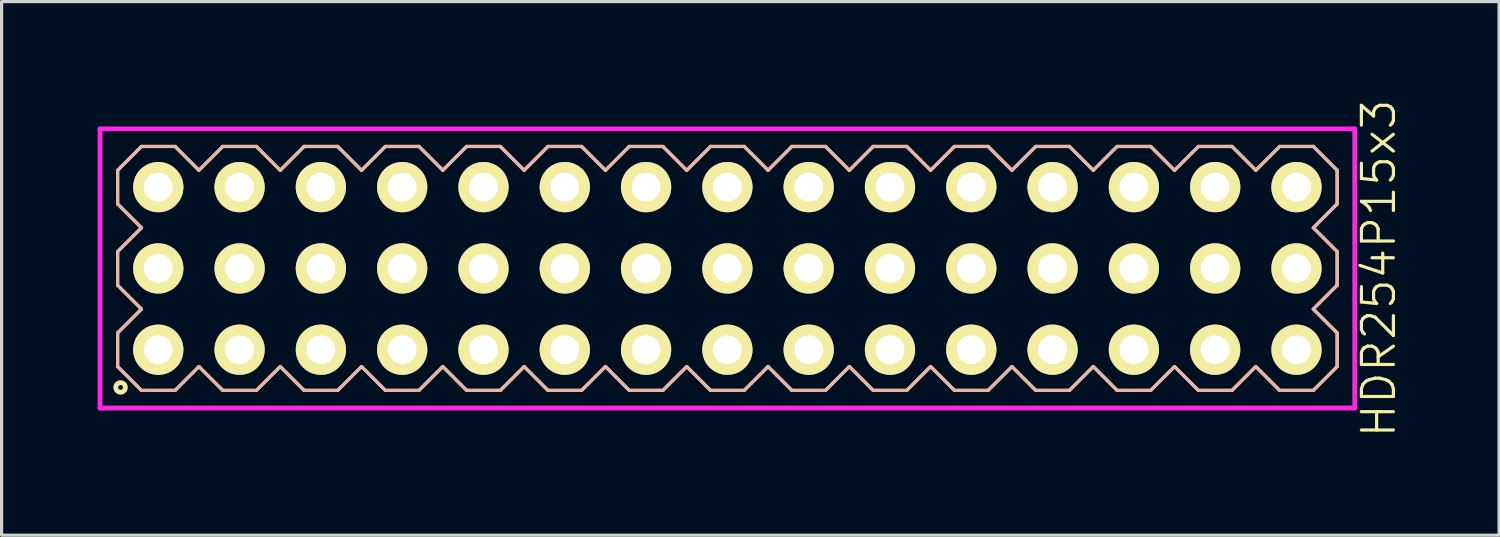
<source format=kicad_pcb>
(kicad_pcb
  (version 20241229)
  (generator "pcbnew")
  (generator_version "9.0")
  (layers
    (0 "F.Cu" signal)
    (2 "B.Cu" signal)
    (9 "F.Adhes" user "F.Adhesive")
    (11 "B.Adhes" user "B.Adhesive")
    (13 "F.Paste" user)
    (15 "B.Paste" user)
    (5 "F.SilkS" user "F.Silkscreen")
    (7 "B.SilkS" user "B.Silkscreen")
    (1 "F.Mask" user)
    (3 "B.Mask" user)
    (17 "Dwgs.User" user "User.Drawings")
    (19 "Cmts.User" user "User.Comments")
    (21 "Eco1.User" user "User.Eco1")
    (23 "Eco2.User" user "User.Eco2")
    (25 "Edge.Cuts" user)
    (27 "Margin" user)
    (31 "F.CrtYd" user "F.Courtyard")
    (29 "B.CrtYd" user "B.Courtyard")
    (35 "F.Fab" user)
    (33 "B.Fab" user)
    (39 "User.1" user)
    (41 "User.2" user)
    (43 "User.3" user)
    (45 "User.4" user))
  (footprint "HDR254P15x3"
    (layer "F.Cu")
    (at 19.675 5.336)
    (property "Reference" "HDR254P15x3" (at 20.35 0 90) (layer "F.SilkS") (effects (font (size 1 1) (thickness 0.1))))
    (attr through_hole)
    (fp_line (start -19.05 -3.066) (end -18.306 -3.81) (stroke (width 0.1) (type solid)) (layer "F.SilkS"))
    (fp_line (start -19.05 -2.014) (end -19.05 -3.066) (stroke (width 0.1) (type solid)) (layer "F.SilkS"))
    (fp_line (start -19.05 -0.526) (end -18.306 -1.27) (stroke (width 0.1) (type solid)) (layer "F.SilkS"))
    (fp_line (start -19.05 0.526) (end -19.05 -0.526) (stroke (width 0.1) (type solid)) (layer "F.SilkS"))
    (fp_line (start -19.05 2.014) (end -18.306 1.27) (stroke (width 0.1) (type solid)) (layer "F.SilkS"))
    (fp_line (start -19.05 3.066) (end -19.05 2.014) (stroke (width 0.1) (type solid)) (layer "F.SilkS"))
    (fp_line (start -18.306 -3.81) (end -17.254 -3.81) (stroke (width 0.1) (type solid)) (layer "F.SilkS"))
    (fp_line (start -18.306 -1.27) (end -19.05 -2.014) (stroke (width 0.1) (type solid)) (layer "F.SilkS"))
    (fp_line (start -18.306 1.27) (end -19.05 0.526) (stroke (width 0.1) (type solid)) (layer "F.SilkS"))
    (fp_line (start -18.306 3.81) (end -19.05 3.066) (stroke (width 0.1) (type solid)) (layer "F.SilkS"))
    (fp_line (start -17.254 -3.81) (end -16.51 -3.066) (stroke (width 0.1) (type solid)) (layer "F.SilkS"))
    (fp_line (start -17.254 3.81) (end -18.306 3.81) (stroke (width 0.1) (type solid)) (layer "F.SilkS"))
    (fp_line (start -16.51 -3.066) (end -15.766 -3.81) (stroke (width 0.1) (type solid)) (layer "F.SilkS"))
    (fp_line (start -16.51 3.066) (end -17.254 3.81) (stroke (width 0.1) (type solid)) (layer "F.SilkS"))
    (fp_line (start -15.766 -3.81) (end -14.714 -3.81) (stroke (width 0.1) (type solid)) (layer "F.SilkS"))
    (fp_line (start -15.766 3.81) (end -16.51 3.066) (stroke (width 0.1) (type solid)) (layer "F.SilkS"))
    (fp_line (start -14.714 -3.81) (end -13.97 -3.066) (stroke (width 0.1) (type solid)) (layer "F.SilkS"))
    (fp_line (start -14.714 3.81) (end -15.766 3.81) (stroke (width 0.1) (type solid)) (layer "F.SilkS"))
    (fp_line (start -13.97 -3.066) (end -13.226 -3.81) (stroke (width 0.1) (type solid)) (layer "F.SilkS"))
    (fp_line (start -13.97 3.066) (end -14.714 3.81) (stroke (width 0.1) (type solid)) (layer "F.SilkS"))
    (fp_line (start -13.226 -3.81) (end -12.174 -3.81) (stroke (width 0.1) (type solid)) (layer "F.SilkS"))
    (fp_line (start -13.226 3.81) (end -13.97 3.066) (stroke (width 0.1) (type solid)) (layer "F.SilkS"))
    (fp_line (start -12.174 -3.81) (end -11.43 -3.066) (stroke (width 0.1) (type solid)) (layer "F.SilkS"))
    (fp_line (start -12.174 3.81) (end -13.226 3.81) (stroke (width 0.1) (type solid)) (layer "F.SilkS"))
    (fp_line (start -11.43 -3.066) (end -10.686 -3.81) (stroke (width 0.1) (type solid)) (layer "F.SilkS"))
    (fp_line (start -11.43 3.066) (end -12.174 3.81) (stroke (width 0.1) (type solid)) (layer "F.SilkS"))
    (fp_line (start -10.686 -3.81) (end -9.634 -3.81) (stroke (width 0.1) (type solid)) (layer "F.SilkS"))
    (fp_line (start -10.686 3.81) (end -11.43 3.066) (stroke (width 0.1) (type solid)) (layer "F.SilkS"))
    (fp_line (start -9.634 -3.81) (end -8.89 -3.066) (stroke (width 0.1) (type solid)) (layer "F.SilkS"))
    (fp_line (start -9.634 3.81) (end -10.686 3.81) (stroke (width 0.1) (type solid)) (layer "F.SilkS"))
    (fp_line (start -8.89 -3.066) (end -8.146 -3.81) (stroke (width 0.1) (type solid)) (layer "F.SilkS"))
    (fp_line (start -8.89 3.066) (end -9.634 3.81) (stroke (width 0.1) (type solid)) (layer "F.SilkS"))
    (fp_line (start -8.146 -3.81) (end -7.094 -3.81) (stroke (width 0.1) (type solid)) (layer "F.SilkS"))
    (fp_line (start -8.146 3.81) (end -8.89 3.066) (stroke (width 0.1) (type solid)) (layer "F.SilkS"))
    (fp_line (start -7.094 -3.81) (end -6.35 -3.066) (stroke (width 0.1) (type solid)) (layer "F.SilkS"))
    (fp_line (start -7.094 3.81) (end -8.146 3.81) (stroke (width 0.1) (type solid)) (layer "F.SilkS"))
    (fp_line (start -6.35 -3.066) (end -5.606 -3.81) (stroke (width 0.1) (type solid)) (layer "F.SilkS"))
    (fp_line (start -6.35 3.066) (end -7.094 3.81) (stroke (width 0.1) (type solid)) (layer "F.SilkS"))
    (fp_line (start -5.606 -3.81) (end -4.554 -3.81) (stroke (width 0.1) (type solid)) (layer "F.SilkS"))
    (fp_line (start -5.606 3.81) (end -6.35 3.066) (stroke (width 0.1) (type solid)) (layer "F.SilkS"))
    (fp_line (start -4.554 -3.81) (end -3.81 -3.066) (stroke (width 0.1) (type solid)) (layer "F.SilkS"))
    (fp_line (start -4.554 3.81) (end -5.606 3.81) (stroke (width 0.1) (type solid)) (layer "F.SilkS"))
    (fp_line (start -3.81 -3.066) (end -3.066 -3.81) (stroke (width 0.1) (type solid)) (layer "F.SilkS"))
    (fp_line (start -3.81 3.066) (end -4.554 3.81) (stroke (width 0.1) (type solid)) (layer "F.SilkS"))
    (fp_line (start -3.066 -3.81) (end -2.014 -3.81) (stroke (width 0.1) (type solid)) (layer "F.SilkS"))
    (fp_line (start -3.066 3.81) (end -3.81 3.066) (stroke (width 0.1) (type solid)) (layer "F.SilkS"))
    (fp_line (start -2.014 -3.81) (end -1.27 -3.066) (stroke (width 0.1) (type solid)) (layer "F.SilkS"))
    (fp_line (start -2.014 3.81) (end -3.066 3.81) (stroke (width 0.1) (type solid)) (layer "F.SilkS"))
    (fp_line (start -1.27 -3.066) (end -0.526 -3.81) (stroke (width 0.1) (type solid)) (layer "F.SilkS"))
    (fp_line (start -1.27 3.066) (end -2.014 3.81) (stroke (width 0.1) (type solid)) (layer "F.SilkS"))
    (fp_line (start -0.526 -3.81) (end 0.526 -3.81) (stroke (width 0.1) (type solid)) (layer "F.SilkS"))
    (fp_line (start -0.526 3.81) (end -1.27 3.066) (stroke (width 0.1) (type solid)) (layer "F.SilkS"))
    (fp_line (start 0.526 -3.81) (end 1.27 -3.066) (stroke (width 0.1) (type solid)) (layer "F.SilkS"))
    (fp_line (start 0.526 3.81) (end -0.526 3.81) (stroke (width 0.1) (type solid)) (layer "F.SilkS"))
    (fp_line (start 1.27 -3.066) (end 2.014 -3.81) (stroke (width 0.1) (type solid)) (layer "F.SilkS"))
    (fp_line (start 1.27 3.066) (end 0.526 3.81) (stroke (width 0.1) (type solid)) (layer "F.SilkS"))
    (fp_line (start 2.014 -3.81) (end 3.066 -3.81) (stroke (width 0.1) (type solid)) (layer "F.SilkS"))
    (fp_line (start 2.014 3.81) (end 1.27 3.066) (stroke (width 0.1) (type solid)) (layer "F.SilkS"))
    (fp_line (start 3.066 -3.81) (end 3.81 -3.066) (stroke (width 0.1) (type solid)) (layer "F.SilkS"))
    (fp_line (start 3.066 3.81) (end 2.014 3.81) (stroke (width 0.1) (type solid)) (layer "F.SilkS"))
    (fp_line (start 3.81 -3.066) (end 4.554 -3.81) (stroke (width 0.1) (type solid)) (layer "F.SilkS"))
    (fp_line (start 3.81 3.066) (end 3.066 3.81) (stroke (width 0.1) (type solid)) (layer "F.SilkS"))
    (fp_line (start 4.554 -3.81) (end 5.606 -3.81) (stroke (width 0.1) (type solid)) (layer "F.SilkS"))
    (fp_line (start 4.554 3.81) (end 3.81 3.066) (stroke (width 0.1) (type solid)) (layer "F.SilkS"))
    (fp_line (start 5.606 -3.81) (end 6.35 -3.066) (stroke (width 0.1) (type solid)) (layer "F.SilkS"))
    (fp_line (start 5.606 3.81) (end 4.554 3.81) (stroke (width 0.1) (type solid)) (layer "F.SilkS"))
    (fp_line (start 6.35 -3.066) (end 7.094 -3.81) (stroke (width 0.1) (type solid)) (layer "F.SilkS"))
    (fp_line (start 6.35 3.066) (end 5.606 3.81) (stroke (width 0.1) (type solid)) (layer "F.SilkS"))
    (fp_line (start 7.094 -3.81) (end 8.146 -3.81) (stroke (width 0.1) (type solid)) (layer "F.SilkS"))
    (fp_line (start 7.094 3.81) (end 6.35 3.066) (stroke (width 0.1) (type solid)) (layer "F.SilkS"))
    (fp_line (start 8.146 -3.81) (end 8.89 -3.066) (stroke (width 0.1) (type solid)) (layer "F.SilkS"))
    (fp_line (start 8.146 3.81) (end 7.094 3.81) (stroke (width 0.1) (type solid)) (layer "F.SilkS"))
    (fp_line (start 8.89 -3.066) (end 9.634 -3.81) (stroke (width 0.1) (type solid)) (layer "F.SilkS"))
    (fp_line (start 8.89 3.066) (end 8.146 3.81) (stroke (width 0.1) (type solid)) (layer "F.SilkS"))
    (fp_line (start 9.634 -3.81) (end 10.686 -3.81) (stroke (width 0.1) (type solid)) (layer "F.SilkS"))
    (fp_line (start 9.634 3.81) (end 8.89 3.066) (stroke (width 0.1) (type solid)) (layer "F.SilkS"))
    (fp_line (start 10.686 -3.81) (end 11.43 -3.066) (stroke (width 0.1) (type solid)) (layer "F.SilkS"))
    (fp_line (start 10.686 3.81) (end 9.634 3.81) (stroke (width 0.1) (type solid)) (layer "F.SilkS"))
    (fp_line (start 11.43 -3.066) (end 12.174 -3.81) (stroke (width 0.1) (type solid)) (layer "F.SilkS"))
    (fp_line (start 11.43 3.066) (end 10.686 3.81) (stroke (width 0.1) (type solid)) (layer "F.SilkS"))
    (fp_line (start 12.174 -3.81) (end 13.226 -3.81) (stroke (width 0.1) (type solid)) (layer "F.SilkS"))
    (fp_line (start 12.174 3.81) (end 11.43 3.066) (stroke (width 0.1) (type solid)) (layer "F.SilkS"))
    (fp_line (start 13.226 -3.81) (end 13.97 -3.066) (stroke (width 0.1) (type solid)) (layer "F.SilkS"))
    (fp_line (start 13.226 3.81) (end 12.174 3.81) (stroke (width 0.1) (type solid)) (layer "F.SilkS"))
    (fp_line (start 13.97 -3.066) (end 14.714 -3.81) (stroke (width 0.1) (type solid)) (layer "F.SilkS"))
    (fp_line (start 13.97 3.066) (end 13.226 3.81) (stroke (width 0.1) (type solid)) (layer "F.SilkS"))
    (fp_line (start 14.714 -3.81) (end 15.766 -3.81) (stroke (width 0.1) (type solid)) (layer "F.SilkS"))
    (fp_line (start 14.714 3.81) (end 13.97 3.066) (stroke (width 0.1) (type solid)) (layer "F.SilkS"))
    (fp_line (start 15.766 -3.81) (end 16.51 -3.066) (stroke (width 0.1) (type solid)) (layer "F.SilkS"))
    (fp_line (start 15.766 3.81) (end 14.714 3.81) (stroke (width 0.1) (type solid)) (layer "F.SilkS"))
    (fp_line (start 16.51 -3.066) (end 17.254 -3.81) (stroke (width 0.1) (type solid)) (layer "F.SilkS"))
    (fp_line (start 16.51 3.066) (end 15.766 3.81) (stroke (width 0.1) (type solid)) (layer "F.SilkS"))
    (fp_line (start 17.254 -3.81) (end 18.306 -3.81) (stroke (width 0.1) (type solid)) (layer "F.SilkS"))
    (fp_line (start 17.254 3.81) (end 16.51 3.066) (stroke (width 0.1) (type solid)) (layer "F.SilkS"))
    (fp_line (start 18.306 -3.81) (end 19.05 -3.066) (stroke (width 0.1) (type solid)) (layer "F.SilkS"))
    (fp_line (start 18.306 -1.27) (end 19.05 -0.526) (stroke (width 0.1) (type solid)) (layer "F.SilkS"))
    (fp_line (start 18.306 1.27) (end 19.05 2.014) (stroke (width 0.1) (type solid)) (layer "F.SilkS"))
    (fp_line (start 18.306 3.81) (end 17.254 3.81) (stroke (width 0.1) (type solid)) (layer "F.SilkS"))
    (fp_line (start 19.05 -3.066) (end 19.05 -2.014) (stroke (width 0.1) (type solid)) (layer "F.SilkS"))
    (fp_line (start 19.05 -2.014) (end 18.306 -1.27) (stroke (width 0.1) (type solid)) (layer "F.SilkS"))
    (fp_line (start 19.05 -0.526) (end 19.05 0.526) (stroke (width 0.1) (type solid)) (layer "F.SilkS"))
    (fp_line (start 19.05 0.526) (end 18.306 1.27) (stroke (width 0.1) (type solid)) (layer "F.SilkS"))
    (fp_line (start 19.05 2.014) (end 19.05 3.066) (stroke (width 0.1) (type solid)) (layer "F.SilkS"))
    (fp_line (start 19.05 3.066) (end 18.306 3.81) (stroke (width 0.1) (type solid)) (layer "F.SilkS"))
    (fp_circle (center -18.958 3.718) (end -18.808 3.718) (stroke (width 0.15) (type solid)) (fill no) (layer "F.SilkS"))
    (fp_line (start -19.05 -3.066) (end -18.306 -3.81) (stroke (width 0.1) (type solid)) (layer "B.SilkS"))
    (fp_line (start -19.05 -2.014) (end -19.05 -3.066) (stroke (width 0.1) (type solid)) (layer "B.SilkS"))
    (fp_line (start -19.05 -0.526) (end -18.306 -1.27) (stroke (width 0.1) (type solid)) (layer "B.SilkS"))
    (fp_line (start -19.05 0.526) (end -19.05 -0.526) (stroke (width 0.1) (type solid)) (layer "B.SilkS"))
    (fp_line (start -19.05 2.014) (end -18.306 1.27) (stroke (width 0.1) (type solid)) (layer "B.SilkS"))
    (fp_line (start -19.05 3.066) (end -19.05 2.014) (stroke (width 0.1) (type solid)) (layer "B.SilkS"))
    (fp_line (start -18.306 -3.81) (end -17.254 -3.81) (stroke (width 0.1) (type solid)) (layer "B.SilkS"))
    (fp_line (start -18.306 -1.27) (end -19.05 -2.014) (stroke (width 0.1) (type solid)) (layer "B.SilkS"))
    (fp_line (start -18.306 1.27) (end -19.05 0.526) (stroke (width 0.1) (type solid)) (layer "B.SilkS"))
    (fp_line (start -18.306 3.81) (end -19.05 3.066) (stroke (width 0.1) (type solid)) (layer "B.SilkS"))
    (fp_line (start -17.254 -3.81) (end -16.51 -3.066) (stroke (width 0.1) (type solid)) (layer "B.SilkS"))
    (fp_line (start -17.254 3.81) (end -18.306 3.81) (stroke (width 0.1) (type solid)) (layer "B.SilkS"))
    (fp_line (start -16.51 -3.066) (end -15.766 -3.81) (stroke (width 0.1) (type solid)) (layer "B.SilkS"))
    (fp_line (start -16.51 3.066) (end -17.254 3.81) (stroke (width 0.1) (type solid)) (layer "B.SilkS"))
    (fp_line (start -15.766 -3.81) (end -14.714 -3.81) (stroke (width 0.1) (type solid)) (layer "B.SilkS"))
    (fp_line (start -15.766 3.81) (end -16.51 3.066) (stroke (width 0.1) (type solid)) (layer "B.SilkS"))
    (fp_line (start -14.714 -3.81) (end -13.97 -3.066) (stroke (width 0.1) (type solid)) (layer "B.SilkS"))
    (fp_line (start -14.714 3.81) (end -15.766 3.81) (stroke (width 0.1) (type solid)) (layer "B.SilkS"))
    (fp_line (start -13.97 -3.066) (end -13.226 -3.81) (stroke (width 0.1) (type solid)) (layer "B.SilkS"))
    (fp_line (start -13.97 3.066) (end -14.714 3.81) (stroke (width 0.1) (type solid)) (layer "B.SilkS"))
    (fp_line (start -13.226 -3.81) (end -12.174 -3.81) (stroke (width 0.1) (type solid)) (layer "B.SilkS"))
    (fp_line (start -13.226 3.81) (end -13.97 3.066) (stroke (width 0.1) (type solid)) (layer "B.SilkS"))
    (fp_line (start -12.174 -3.81) (end -11.43 -3.066) (stroke (width 0.1) (type solid)) (layer "B.SilkS"))
    (fp_line (start -12.174 3.81) (end -13.226 3.81) (stroke (width 0.1) (type solid)) (layer "B.SilkS"))
    (fp_line (start -11.43 -3.066) (end -10.686 -3.81) (stroke (width 0.1) (type solid)) (layer "B.SilkS"))
    (fp_line (start -11.43 3.066) (end -12.174 3.81) (stroke (width 0.1) (type solid)) (layer "B.SilkS"))
    (fp_line (start -10.686 -3.81) (end -9.634 -3.81) (stroke (width 0.1) (type solid)) (layer "B.SilkS"))
    (fp_line (start -10.686 3.81) (end -11.43 3.066) (stroke (width 0.1) (type solid)) (layer "B.SilkS"))
    (fp_line (start -9.634 -3.81) (end -8.89 -3.066) (stroke (width 0.1) (type solid)) (layer "B.SilkS"))
    (fp_line (start -9.634 3.81) (end -10.686 3.81) (stroke (width 0.1) (type solid)) (layer "B.SilkS"))
    (fp_line (start -8.89 -3.066) (end -8.146 -3.81) (stroke (width 0.1) (type solid)) (layer "B.SilkS"))
    (fp_line (start -8.89 3.066) (end -9.634 3.81) (stroke (width 0.1) (type solid)) (layer "B.SilkS"))
    (fp_line (start -8.146 -3.81) (end -7.094 -3.81) (stroke (width 0.1) (type solid)) (layer "B.SilkS"))
    (fp_line (start -8.146 3.81) (end -8.89 3.066) (stroke (width 0.1) (type solid)) (layer "B.SilkS"))
    (fp_line (start -7.094 -3.81) (end -6.35 -3.066) (stroke (width 0.1) (type solid)) (layer "B.SilkS"))
    (fp_line (start -7.094 3.81) (end -8.146 3.81) (stroke (width 0.1) (type solid)) (layer "B.SilkS"))
    (fp_line (start -6.35 -3.066) (end -5.606 -3.81) (stroke (width 0.1) (type solid)) (layer "B.SilkS"))
    (fp_line (start -6.35 3.066) (end -7.094 3.81) (stroke (width 0.1) (type solid)) (layer "B.SilkS"))
    (fp_line (start -5.606 -3.81) (end -4.554 -3.81) (stroke (width 0.1) (type solid)) (layer "B.SilkS"))
    (fp_line (start -5.606 3.81) (end -6.35 3.066) (stroke (width 0.1) (type solid)) (layer "B.SilkS"))
    (fp_line (start -4.554 -3.81) (end -3.81 -3.066) (stroke (width 0.1) (type solid)) (layer "B.SilkS"))
    (fp_line (start -4.554 3.81) (end -5.606 3.81) (stroke (width 0.1) (type solid)) (layer "B.SilkS"))
    (fp_line (start -3.81 -3.066) (end -3.066 -3.81) (stroke (width 0.1) (type solid)) (layer "B.SilkS"))
    (fp_line (start -3.81 3.066) (end -4.554 3.81) (stroke (width 0.1) (type solid)) (layer "B.SilkS"))
    (fp_line (start -3.066 -3.81) (end -2.014 -3.81) (stroke (width 0.1) (type solid)) (layer "B.SilkS"))
    (fp_line (start -3.066 3.81) (end -3.81 3.066) (stroke (width 0.1) (type solid)) (layer "B.SilkS"))
    (fp_line (start -2.014 -3.81) (end -1.27 -3.066) (stroke (width 0.1) (type solid)) (layer "B.SilkS"))
    (fp_line (start -2.014 3.81) (end -3.066 3.81) (stroke (width 0.1) (type solid)) (layer "B.SilkS"))
    (fp_line (start -1.27 -3.066) (end -0.526 -3.81) (stroke (width 0.1) (type solid)) (layer "B.SilkS"))
    (fp_line (start -1.27 3.066) (end -2.014 3.81) (stroke (width 0.1) (type solid)) (layer "B.SilkS"))
    (fp_line (start -0.526 -3.81) (end 0.526 -3.81) (stroke (width 0.1) (type solid)) (layer "B.SilkS"))
    (fp_line (start -0.526 3.81) (end -1.27 3.066) (stroke (width 0.1) (type solid)) (layer "B.SilkS"))
    (fp_line (start 0.526 -3.81) (end 1.27 -3.066) (stroke (width 0.1) (type solid)) (layer "B.SilkS"))
    (fp_line (start 0.526 3.81) (end -0.526 3.81) (stroke (width 0.1) (type solid)) (layer "B.SilkS"))
    (fp_line (start 1.27 -3.066) (end 2.014 -3.81) (stroke (width 0.1) (type solid)) (layer "B.SilkS"))
    (fp_line (start 1.27 3.066) (end 0.526 3.81) (stroke (width 0.1) (type solid)) (layer "B.SilkS"))
    (fp_line (start 2.014 -3.81) (end 3.066 -3.81) (stroke (width 0.1) (type solid)) (layer "B.SilkS"))
    (fp_line (start 2.014 3.81) (end 1.27 3.066) (stroke (width 0.1) (type solid)) (layer "B.SilkS"))
    (fp_line (start 3.066 -3.81) (end 3.81 -3.066) (stroke (width 0.1) (type solid)) (layer "B.SilkS"))
    (fp_line (start 3.066 3.81) (end 2.014 3.81) (stroke (width 0.1) (type solid)) (layer "B.SilkS"))
    (fp_line (start 3.81 -3.066) (end 4.554 -3.81) (stroke (width 0.1) (type solid)) (layer "B.SilkS"))
    (fp_line (start 3.81 3.066) (end 3.066 3.81) (stroke (width 0.1) (type solid)) (layer "B.SilkS"))
    (fp_line (start 4.554 -3.81) (end 5.606 -3.81) (stroke (width 0.1) (type solid)) (layer "B.SilkS"))
    (fp_line (start 4.554 3.81) (end 3.81 3.066) (stroke (width 0.1) (type solid)) (layer "B.SilkS"))
    (fp_line (start 5.606 -3.81) (end 6.35 -3.066) (stroke (width 0.1) (type solid)) (layer "B.SilkS"))
    (fp_line (start 5.606 3.81) (end 4.554 3.81) (stroke (width 0.1) (type solid)) (layer "B.SilkS"))
    (fp_line (start 6.35 -3.066) (end 7.094 -3.81) (stroke (width 0.1) (type solid)) (layer "B.SilkS"))
    (fp_line (start 6.35 3.066) (end 5.606 3.81) (stroke (width 0.1) (type solid)) (layer "B.SilkS"))
    (fp_line (start 7.094 -3.81) (end 8.146 -3.81) (stroke (width 0.1) (type solid)) (layer "B.SilkS"))
    (fp_line (start 7.094 3.81) (end 6.35 3.066) (stroke (width 0.1) (type solid)) (layer "B.SilkS"))
    (fp_line (start 8.146 -3.81) (end 8.89 -3.066) (stroke (width 0.1) (type solid)) (layer "B.SilkS"))
    (fp_line (start 8.146 3.81) (end 7.094 3.81) (stroke (width 0.1) (type solid)) (layer "B.SilkS"))
    (fp_line (start 8.89 -3.066) (end 9.634 -3.81) (stroke (width 0.1) (type solid)) (layer "B.SilkS"))
    (fp_line (start 8.89 3.066) (end 8.146 3.81) (stroke (width 0.1) (type solid)) (layer "B.SilkS"))
    (fp_line (start 9.634 -3.81) (end 10.686 -3.81) (stroke (width 0.1) (type solid)) (layer "B.SilkS"))
    (fp_line (start 9.634 3.81) (end 8.89 3.066) (stroke (width 0.1) (type solid)) (layer "B.SilkS"))
    (fp_line (start 10.686 -3.81) (end 11.43 -3.066) (stroke (width 0.1) (type solid)) (layer "B.SilkS"))
    (fp_line (start 10.686 3.81) (end 9.634 3.81) (stroke (width 0.1) (type solid)) (layer "B.SilkS"))
    (fp_line (start 11.43 -3.066) (end 12.174 -3.81) (stroke (width 0.1) (type solid)) (layer "B.SilkS"))
    (fp_line (start 11.43 3.066) (end 10.686 3.81) (stroke (width 0.1) (type solid)) (layer "B.SilkS"))
    (fp_line (start 12.174 -3.81) (end 13.226 -3.81) (stroke (width 0.1) (type solid)) (layer "B.SilkS"))
    (fp_line (start 12.174 3.81) (end 11.43 3.066) (stroke (width 0.1) (type solid)) (layer "B.SilkS"))
    (fp_line (start 13.226 -3.81) (end 13.97 -3.066) (stroke (width 0.1) (type solid)) (layer "B.SilkS"))
    (fp_line (start 13.226 3.81) (end 12.174 3.81) (stroke (width 0.1) (type solid)) (layer "B.SilkS"))
    (fp_line (start 13.97 -3.066) (end 14.714 -3.81) (stroke (width 0.1) (type solid)) (layer "B.SilkS"))
    (fp_line (start 13.97 3.066) (end 13.226 3.81) (stroke (width 0.1) (type solid)) (layer "B.SilkS"))
    (fp_line (start 14.714 -3.81) (end 15.766 -3.81) (stroke (width 0.1) (type solid)) (layer "B.SilkS"))
    (fp_line (start 14.714 3.81) (end 13.97 3.066) (stroke (width 0.1) (type solid)) (layer "B.SilkS"))
    (fp_line (start 15.766 -3.81) (end 16.51 -3.066) (stroke (width 0.1) (type solid)) (layer "B.SilkS"))
    (fp_line (start 15.766 3.81) (end 14.714 3.81) (stroke (width 0.1) (type solid)) (layer "B.SilkS"))
    (fp_line (start 16.51 -3.066) (end 17.254 -3.81) (stroke (width 0.1) (type solid)) (layer "B.SilkS"))
    (fp_line (start 16.51 3.066) (end 15.766 3.81) (stroke (width 0.1) (type solid)) (layer "B.SilkS"))
    (fp_line (start 17.254 -3.81) (end 18.306 -3.81) (stroke (width 0.1) (type solid)) (layer "B.SilkS"))
    (fp_line (start 17.254 3.81) (end 16.51 3.066) (stroke (width 0.1) (type solid)) (layer "B.SilkS"))
    (fp_line (start 18.306 -3.81) (end 19.05 -3.066) (stroke (width 0.1) (type solid)) (layer "B.SilkS"))
    (fp_line (start 18.306 -1.27) (end 19.05 -0.526) (stroke (width 0.1) (type solid)) (layer "B.SilkS"))
    (fp_line (start 18.306 1.27) (end 19.05 2.014) (stroke (width 0.1) (type solid)) (layer "B.SilkS"))
    (fp_line (start 18.306 3.81) (end 17.254 3.81) (stroke (width 0.1) (type solid)) (layer "B.SilkS"))
    (fp_line (start 19.05 -3.066) (end 19.05 -2.014) (stroke (width 0.1) (type solid)) (layer "B.SilkS"))
    (fp_line (start 19.05 -2.014) (end 18.306 -1.27) (stroke (width 0.1) (type solid)) (layer "B.SilkS"))
    (fp_line (start 19.05 -0.526) (end 19.05 0.526) (stroke (width 0.1) (type solid)) (layer "B.SilkS"))
    (fp_line (start 19.05 0.526) (end 18.306 1.27) (stroke (width 0.1) (type solid)) (layer "B.SilkS"))
    (fp_line (start 19.05 2.014) (end 19.05 3.066) (stroke (width 0.1) (type solid)) (layer "B.SilkS"))
    (fp_line (start 19.05 3.066) (end 18.306 3.81) (stroke (width 0.1) (type solid)) (layer "B.SilkS"))
    (fp_line (start -19.6 -4.36) (end -19.6 4.36) (stroke (width 0.15) (type solid)) (layer "F.CrtYd"))
    (fp_line (start -19.6 4.36) (end 19.6 4.36) (stroke (width 0.15) (type solid)) (layer "F.CrtYd"))
    (fp_line (start 19.6 -4.36) (end -19.6 -4.36) (stroke (width 0.15) (type solid)) (layer "F.CrtYd"))
    (fp_line (start 19.6 4.36) (end 19.6 -4.36) (stroke (width 0.15) (type solid)) (layer "F.CrtYd"))
    (pad "1" thru_hole oval (at -17.78 2.54) (size 1.57 1.57) (drill 0.9) (layers "*.Cu" "*.Mask" "F.SilkS"))
    (pad "2" thru_hole oval (at -17.78 0) (size 1.57 1.57) (drill 0.9) (layers "*.Cu" "*.Mask" "F.SilkS"))
    (pad "3" thru_hole oval (at -17.78 -2.54) (size 1.57 1.57) (drill 0.9) (layers "*.Cu" "*.Mask" "F.SilkS"))
    (pad "4" thru_hole oval (at -15.24 2.54) (size 1.57 1.57) (drill 0.9) (layers "*.Cu" "*.Mask" "F.SilkS"))
    (pad "5" thru_hole oval (at -15.24 0) (size 1.57 1.57) (drill 0.9) (layers "*.Cu" "*.Mask" "F.SilkS"))
    (pad "6" thru_hole oval (at -15.24 -2.54) (size 1.57 1.57) (drill 0.9) (layers "*.Cu" "*.Mask" "F.SilkS"))
    (pad "7" thru_hole oval (at -12.7 2.54) (size 1.57 1.57) (drill 0.9) (layers "*.Cu" "*.Mask" "F.SilkS"))
    (pad "8" thru_hole oval (at -12.7 0) (size 1.57 1.57) (drill 0.9) (layers "*.Cu" "*.Mask" "F.SilkS"))
    (pad "9" thru_hole oval (at -12.7 -2.54) (size 1.57 1.57) (drill 0.9) (layers "*.Cu" "*.Mask" "F.SilkS"))
    (pad "10" thru_hole oval (at -10.16 2.54) (size 1.57 1.57) (drill 0.9) (layers "*.Cu" "*.Mask" "F.SilkS"))
    (pad "11" thru_hole oval (at -10.16 0) (size 1.57 1.57) (drill 0.9) (layers "*.Cu" "*.Mask" "F.SilkS"))
    (pad "12" thru_hole oval (at -10.16 -2.54) (size 1.57 1.57) (drill 0.9) (layers "*.Cu" "*.Mask" "F.SilkS"))
    (pad "13" thru_hole oval (at -7.62 2.54) (size 1.57 1.57) (drill 0.9) (layers "*.Cu" "*.Mask" "F.SilkS"))
    (pad "14" thru_hole oval (at -7.62 0) (size 1.57 1.57) (drill 0.9) (layers "*.Cu" "*.Mask" "F.SilkS"))
    (pad "15" thru_hole oval (at -7.62 -2.54) (size 1.57 1.57) (drill 0.9) (layers "*.Cu" "*.Mask" "F.SilkS"))
    (pad "16" thru_hole oval (at -5.08 2.54) (size 1.57 1.57) (drill 0.9) (layers "*.Cu" "*.Mask" "F.SilkS"))
    (pad "17" thru_hole oval (at -5.08 0) (size 1.57 1.57) (drill 0.9) (layers "*.Cu" "*.Mask" "F.SilkS"))
    (pad "18" thru_hole oval (at -5.08 -2.54) (size 1.57 1.57) (drill 0.9) (layers "*.Cu" "*.Mask" "F.SilkS"))
    (pad "19" thru_hole oval (at -2.54 2.54) (size 1.57 1.57) (drill 0.9) (layers "*.Cu" "*.Mask" "F.SilkS"))
    (pad "20" thru_hole oval (at -2.54 0) (size 1.57 1.57) (drill 0.9) (layers "*.Cu" "*.Mask" "F.SilkS"))
    (pad "21" thru_hole oval (at -2.54 -2.54) (size 1.57 1.57) (drill 0.9) (layers "*.Cu" "*.Mask" "F.SilkS"))
    (pad "22" thru_hole oval (at 0 2.54) (size 1.57 1.57) (drill 0.9) (layers "*.Cu" "*.Mask" "F.SilkS"))
    (pad "23" thru_hole oval (at 0 0) (size 1.57 1.57) (drill 0.9) (layers "*.Cu" "*.Mask" "F.SilkS"))
    (pad "24" thru_hole oval (at 0 -2.54) (size 1.57 1.57) (drill 0.9) (layers "*.Cu" "*.Mask" "F.SilkS"))
    (pad "25" thru_hole oval (at 2.54 2.54) (size 1.57 1.57) (drill 0.9) (layers "*.Cu" "*.Mask" "F.SilkS"))
    (pad "26" thru_hole oval (at 2.54 0) (size 1.57 1.57) (drill 0.9) (layers "*.Cu" "*.Mask" "F.SilkS"))
    (pad "27" thru_hole oval (at 2.54 -2.54) (size 1.57 1.57) (drill 0.9) (layers "*.Cu" "*.Mask" "F.SilkS"))
    (pad "28" thru_hole oval (at 5.08 2.54) (size 1.57 1.57) (drill 0.9) (layers "*.Cu" "*.Mask" "F.SilkS"))
    (pad "29" thru_hole oval (at 5.08 0) (size 1.57 1.57) (drill 0.9) (layers "*.Cu" "*.Mask" "F.SilkS"))
    (pad "30" thru_hole oval (at 5.08 -2.54) (size 1.57 1.57) (drill 0.9) (layers "*.Cu" "*.Mask" "F.SilkS"))
    (pad "31" thru_hole oval (at 7.62 2.54) (size 1.57 1.57) (drill 0.9) (layers "*.Cu" "*.Mask" "F.SilkS"))
    (pad "32" thru_hole oval (at 7.62 0) (size 1.57 1.57) (drill 0.9) (layers "*.Cu" "*.Mask" "F.SilkS"))
    (pad "33" thru_hole oval (at 7.62 -2.54) (size 1.57 1.57) (drill 0.9) (layers "*.Cu" "*.Mask" "F.SilkS"))
    (pad "34" thru_hole oval (at 10.16 2.54) (size 1.57 1.57) (drill 0.9) (layers "*.Cu" "*.Mask" "F.SilkS"))
    (pad "35" thru_hole oval (at 10.16 0) (size 1.57 1.57) (drill 0.9) (layers "*.Cu" "*.Mask" "F.SilkS"))
    (pad "36" thru_hole oval (at 10.16 -2.54) (size 1.57 1.57) (drill 0.9) (layers "*.Cu" "*.Mask" "F.SilkS"))
    (pad "37" thru_hole oval (at 12.7 2.54) (size 1.57 1.57) (drill 0.9) (layers "*.Cu" "*.Mask" "F.SilkS"))
    (pad "38" thru_hole oval (at 12.7 0) (size 1.57 1.57) (drill 0.9) (layers "*.Cu" "*.Mask" "F.SilkS"))
    (pad "39" thru_hole oval (at 12.7 -2.54) (size 1.57 1.57) (drill 0.9) (layers "*.Cu" "*.Mask" "F.SilkS"))
    (pad "40" thru_hole oval (at 15.24 2.54) (size 1.57 1.57) (drill 0.9) (layers "*.Cu" "*.Mask" "F.SilkS"))
    (pad "41" thru_hole oval (at 15.24 0) (size 1.57 1.57) (drill 0.9) (layers "*.Cu" "*.Mask" "F.SilkS"))
    (pad "42" thru_hole oval (at 15.24 -2.54) (size 1.57 1.57) (drill 0.9) (layers "*.Cu" "*.Mask" "F.SilkS"))
    (pad "43" thru_hole oval (at 17.78 2.54) (size 1.57 1.57) (drill 0.9) (layers "*.Cu" "*.Mask" "F.SilkS"))
    (pad "44" thru_hole oval (at 17.78 0) (size 1.57 1.57) (drill 0.9) (layers "*.Cu" "*.Mask" "F.SilkS"))
    (pad "45" thru_hole oval (at 17.78 -2.54) (size 1.57 1.57) (drill 0.9) (layers "*.Cu" "*.Mask" "F.SilkS")))
  (gr_rect
    (start -3 -3)
    (end 43.785 13.671)
    (stroke (width 0.1) (type default))
    (fill no)
    (layer "Edge.Cuts")))
</source>
